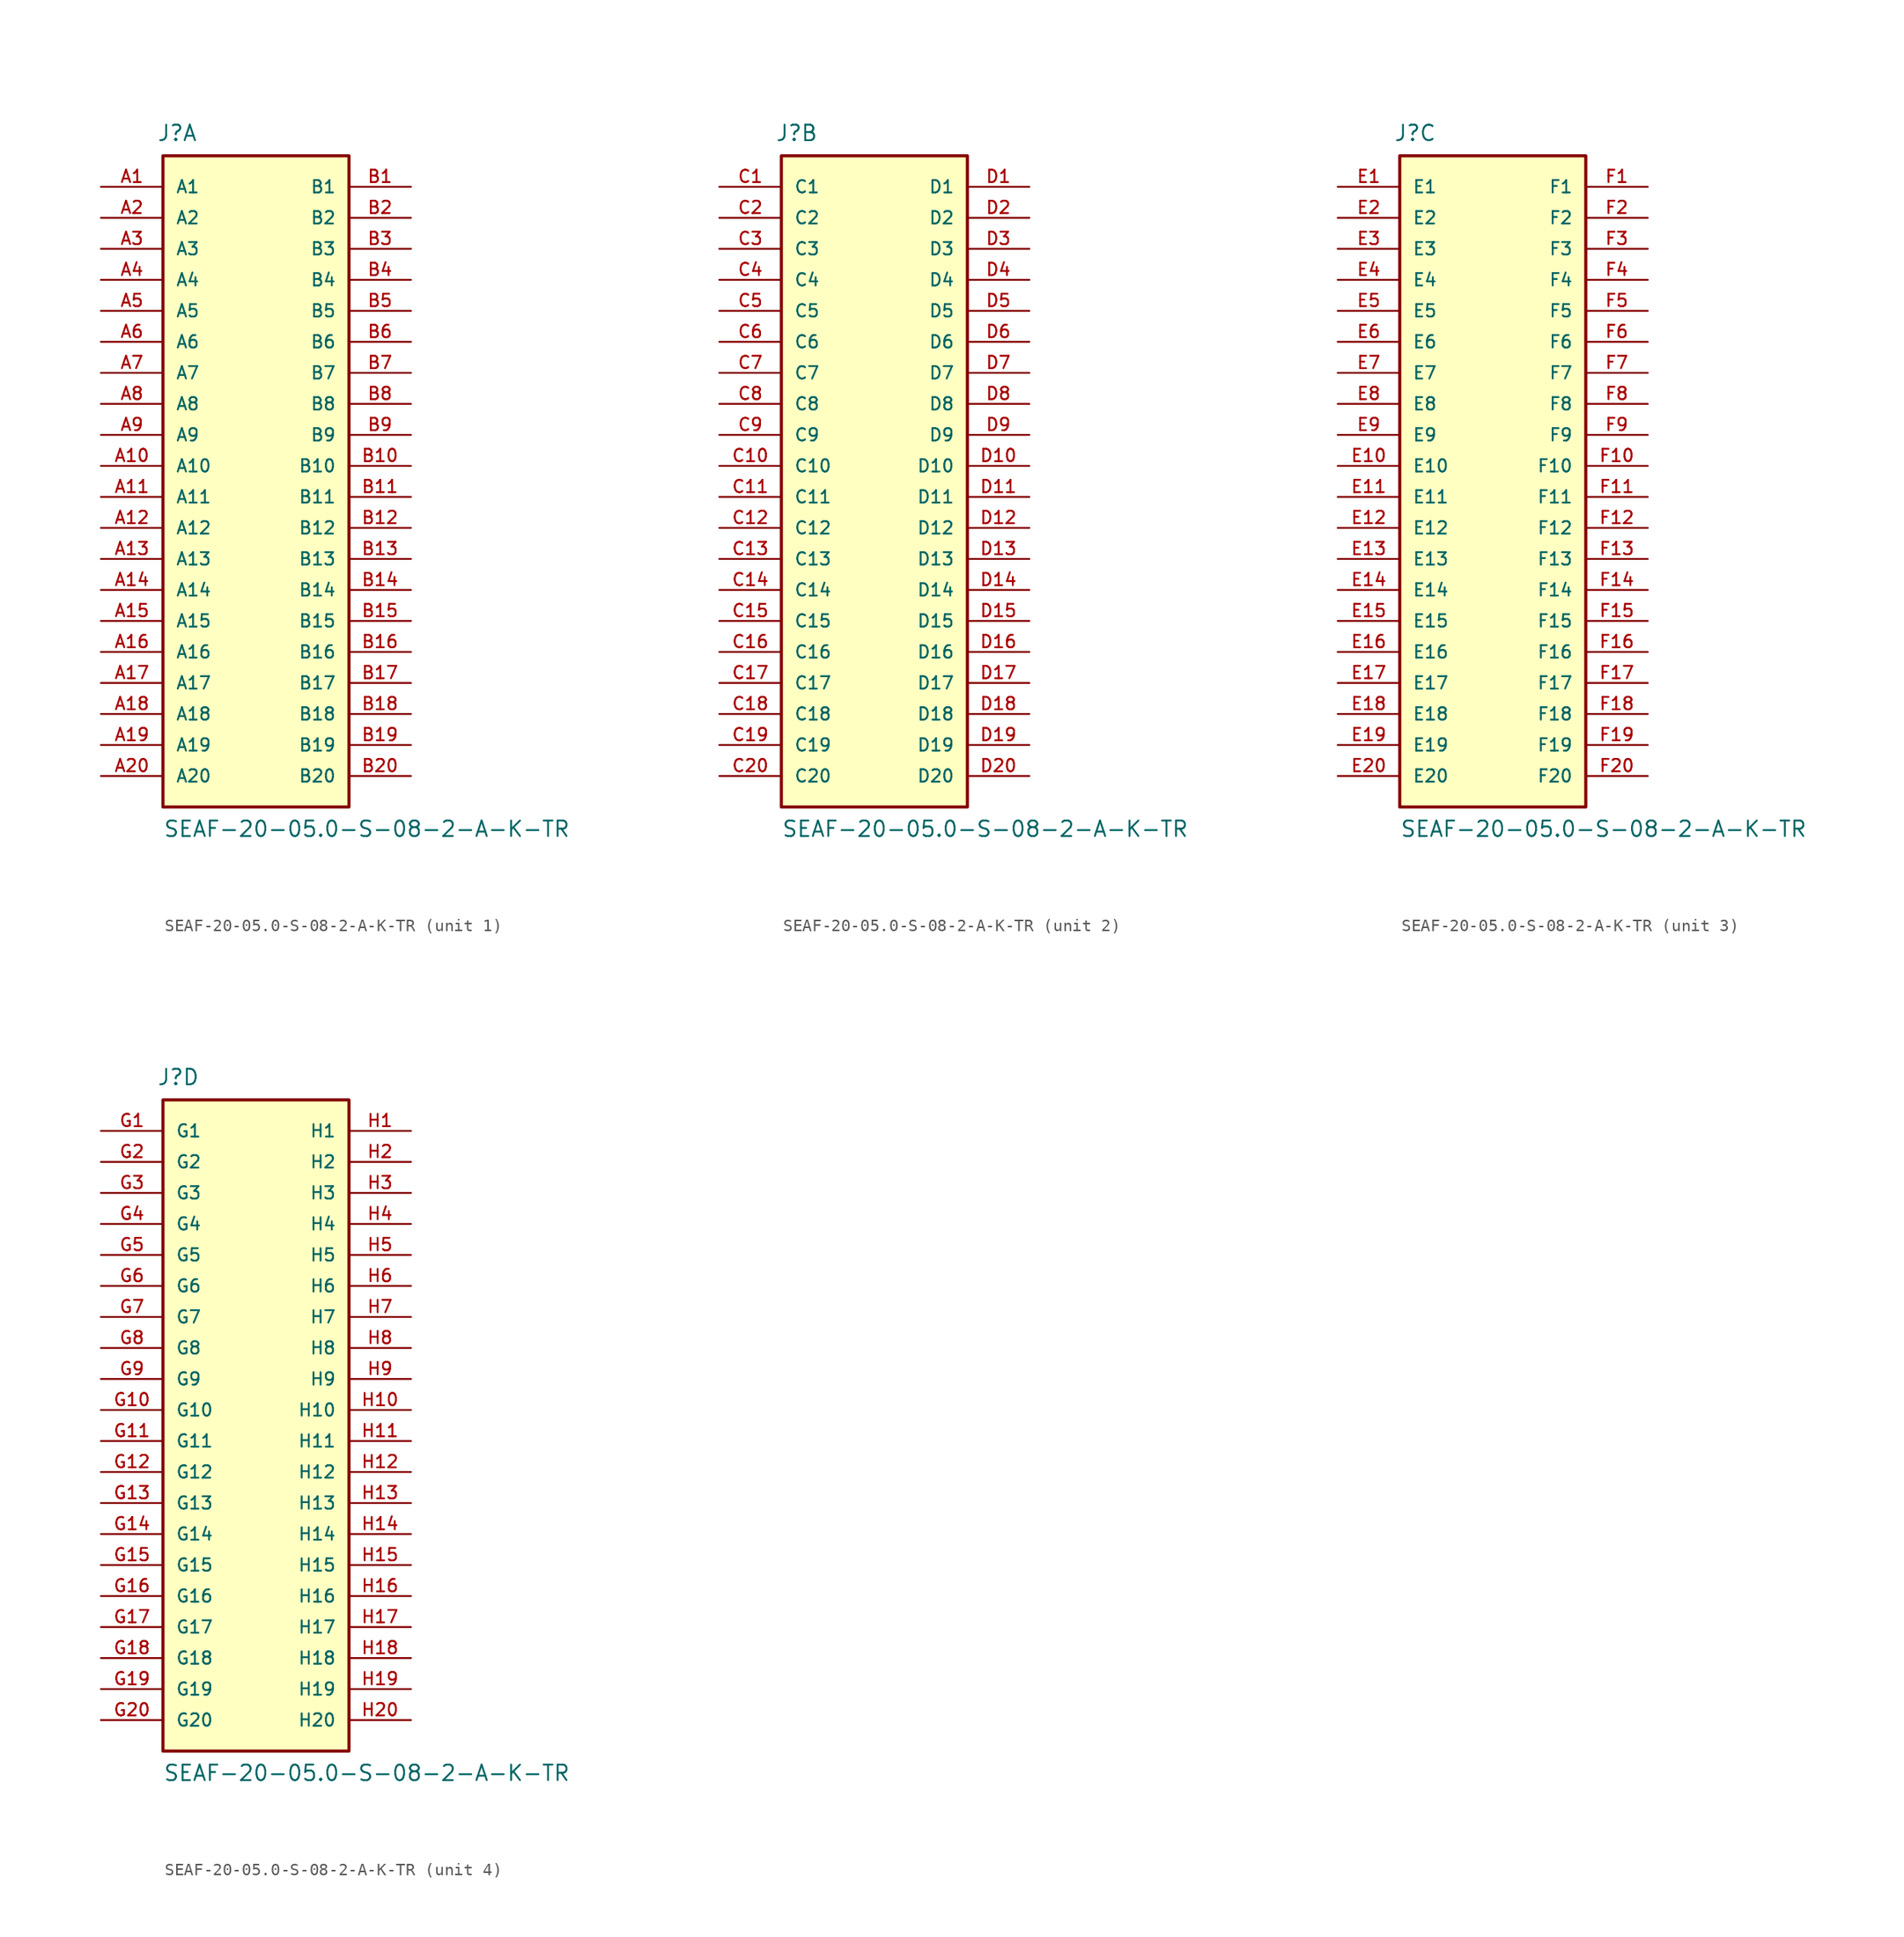
<source format=kicad_sym>
(kicad_symbol_lib
  (version 20211014)
  (generator kicad_symbol_editor)
  (symbol "SEAF-20-05.0-S-08-2-A-K-TR"
    (pin_names
      (offset 1.016))
    (property "Reference" "J"
      (at -8.12 26.516 0)
      (effects (font (size 1.27 1.27)) (justify bottom left)))
    (property "Value" "SEAF-20-05.0-S-08-2-A-K-TR"
      (at -7.62 -30.48 0)
      (effects (font (size 1.27 1.27)) (justify bottom left)))
    (symbol "SEAF-20-05.0-S-08-2-A-K-TR_1_0"
      (rectangle (start -7.62 -27.94) (end 7.62 25.4) (stroke (width 0.254)) (fill (type background)))
      (pin passive line (at -12.7 22.86 0) (length 5.08) (name "A1" (effects (font (size 1.016 1.016)))) (number "A1" (effects (font (size 1.016 1.016)))))
      (pin passive line (at 12.7 22.86 180.0) (length 5.08) (name "B1" (effects (font (size 1.016 1.016)))) (number "B1" (effects (font (size 1.016 1.016)))))
      (pin passive line (at -12.7 20.32 0) (length 5.08) (name "A2" (effects (font (size 1.016 1.016)))) (number "A2" (effects (font (size 1.016 1.016)))))
      (pin passive line (at 12.7 20.32 180.0) (length 5.08) (name "B2" (effects (font (size 1.016 1.016)))) (number "B2" (effects (font (size 1.016 1.016)))))
      (pin passive line (at -12.7 17.78 0) (length 5.08) (name "A3" (effects (font (size 1.016 1.016)))) (number "A3" (effects (font (size 1.016 1.016)))))
      (pin passive line (at 12.7 17.78 180.0) (length 5.08) (name "B3" (effects (font (size 1.016 1.016)))) (number "B3" (effects (font (size 1.016 1.016)))))
      (pin passive line (at -12.7 15.24 0) (length 5.08) (name "A4" (effects (font (size 1.016 1.016)))) (number "A4" (effects (font (size 1.016 1.016)))))
      (pin passive line (at 12.7 15.24 180.0) (length 5.08) (name "B4" (effects (font (size 1.016 1.016)))) (number "B4" (effects (font (size 1.016 1.016)))))
      (pin passive line (at -12.7 12.7 0) (length 5.08) (name "A5" (effects (font (size 1.016 1.016)))) (number "A5" (effects (font (size 1.016 1.016)))))
      (pin passive line (at 12.7 12.7 180.0) (length 5.08) (name "B5" (effects (font (size 1.016 1.016)))) (number "B5" (effects (font (size 1.016 1.016)))))
      (pin passive line (at -12.7 10.16 0) (length 5.08) (name "A6" (effects (font (size 1.016 1.016)))) (number "A6" (effects (font (size 1.016 1.016)))))
      (pin passive line (at 12.7 10.16 180.0) (length 5.08) (name "B6" (effects (font (size 1.016 1.016)))) (number "B6" (effects (font (size 1.016 1.016)))))
      (pin passive line (at -12.7 7.62 0) (length 5.08) (name "A7" (effects (font (size 1.016 1.016)))) (number "A7" (effects (font (size 1.016 1.016)))))
      (pin passive line (at 12.7 7.62 180.0) (length 5.08) (name "B7" (effects (font (size 1.016 1.016)))) (number "B7" (effects (font (size 1.016 1.016)))))
      (pin passive line (at -12.7 5.08 0) (length 5.08) (name "A8" (effects (font (size 1.016 1.016)))) (number "A8" (effects (font (size 1.016 1.016)))))
      (pin passive line (at 12.7 5.08 180.0) (length 5.08) (name "B8" (effects (font (size 1.016 1.016)))) (number "B8" (effects (font (size 1.016 1.016)))))
      (pin passive line (at -12.7 2.54 0) (length 5.08) (name "A9" (effects (font (size 1.016 1.016)))) (number "A9" (effects (font (size 1.016 1.016)))))
      (pin passive line (at 12.7 2.54 180.0) (length 5.08) (name "B9" (effects (font (size 1.016 1.016)))) (number "B9" (effects (font (size 1.016 1.016)))))
      (pin passive line (at -12.7 0.0 0) (length 5.08) (name "A10" (effects (font (size 1.016 1.016)))) (number "A10" (effects (font (size 1.016 1.016)))))
      (pin passive line (at 12.7 0.0 180.0) (length 5.08) (name "B10" (effects (font (size 1.016 1.016)))) (number "B10" (effects (font (size 1.016 1.016)))))
      (pin passive line (at -12.7 -2.54 0) (length 5.08) (name "A11" (effects (font (size 1.016 1.016)))) (number "A11" (effects (font (size 1.016 1.016)))))
      (pin passive line (at 12.7 -2.54 180.0) (length 5.08) (name "B11" (effects (font (size 1.016 1.016)))) (number "B11" (effects (font (size 1.016 1.016)))))
      (pin passive line (at -12.7 -5.08 0) (length 5.08) (name "A12" (effects (font (size 1.016 1.016)))) (number "A12" (effects (font (size 1.016 1.016)))))
      (pin passive line (at 12.7 -5.08 180.0) (length 5.08) (name "B12" (effects (font (size 1.016 1.016)))) (number "B12" (effects (font (size 1.016 1.016)))))
      (pin passive line (at -12.7 -7.62 0) (length 5.08) (name "A13" (effects (font (size 1.016 1.016)))) (number "A13" (effects (font (size 1.016 1.016)))))
      (pin passive line (at 12.7 -7.62 180.0) (length 5.08) (name "B13" (effects (font (size 1.016 1.016)))) (number "B13" (effects (font (size 1.016 1.016)))))
      (pin passive line (at -12.7 -10.16 0) (length 5.08) (name "A14" (effects (font (size 1.016 1.016)))) (number "A14" (effects (font (size 1.016 1.016)))))
      (pin passive line (at 12.7 -10.16 180.0) (length 5.08) (name "B14" (effects (font (size 1.016 1.016)))) (number "B14" (effects (font (size 1.016 1.016)))))
      (pin passive line (at -12.7 -12.7 0) (length 5.08) (name "A15" (effects (font (size 1.016 1.016)))) (number "A15" (effects (font (size 1.016 1.016)))))
      (pin passive line (at 12.7 -12.7 180.0) (length 5.08) (name "B15" (effects (font (size 1.016 1.016)))) (number "B15" (effects (font (size 1.016 1.016)))))
      (pin passive line (at -12.7 -15.24 0) (length 5.08) (name "A16" (effects (font (size 1.016 1.016)))) (number "A16" (effects (font (size 1.016 1.016)))))
      (pin passive line (at 12.7 -15.24 180.0) (length 5.08) (name "B16" (effects (font (size 1.016 1.016)))) (number "B16" (effects (font (size 1.016 1.016)))))
      (pin passive line (at -12.7 -17.78 0) (length 5.08) (name "A17" (effects (font (size 1.016 1.016)))) (number "A17" (effects (font (size 1.016 1.016)))))
      (pin passive line (at 12.7 -17.78 180.0) (length 5.08) (name "B17" (effects (font (size 1.016 1.016)))) (number "B17" (effects (font (size 1.016 1.016)))))
      (pin passive line (at -12.7 -20.32 0) (length 5.08) (name "A18" (effects (font (size 1.016 1.016)))) (number "A18" (effects (font (size 1.016 1.016)))))
      (pin passive line (at 12.7 -20.32 180.0) (length 5.08) (name "B18" (effects (font (size 1.016 1.016)))) (number "B18" (effects (font (size 1.016 1.016)))))
      (pin passive line (at -12.7 -22.86 0) (length 5.08) (name "A19" (effects (font (size 1.016 1.016)))) (number "A19" (effects (font (size 1.016 1.016)))))
      (pin passive line (at 12.7 -22.86 180.0) (length 5.08) (name "B19" (effects (font (size 1.016 1.016)))) (number "B19" (effects (font (size 1.016 1.016)))))
      (pin passive line (at -12.7 -25.4 0) (length 5.08) (name "A20" (effects (font (size 1.016 1.016)))) (number "A20" (effects (font (size 1.016 1.016)))))
      (pin passive line (at 12.7 -25.4 180.0) (length 5.08) (name "B20" (effects (font (size 1.016 1.016)))) (number "B20" (effects (font (size 1.016 1.016))))))
    (symbol "SEAF-20-05.0-S-08-2-A-K-TR_2_0"
      (rectangle (start -7.62 -27.94) (end 7.62 25.4) (stroke (width 0.254)) (fill (type background)))
      (pin passive line (at -12.7 22.86 0) (length 5.08) (name "C1" (effects (font (size 1.016 1.016)))) (number "C1" (effects (font (size 1.016 1.016)))))
      (pin passive line (at 12.7 22.86 180.0) (length 5.08) (name "D1" (effects (font (size 1.016 1.016)))) (number "D1" (effects (font (size 1.016 1.016)))))
      (pin passive line (at -12.7 20.32 0) (length 5.08) (name "C2" (effects (font (size 1.016 1.016)))) (number "C2" (effects (font (size 1.016 1.016)))))
      (pin passive line (at 12.7 20.32 180.0) (length 5.08) (name "D2" (effects (font (size 1.016 1.016)))) (number "D2" (effects (font (size 1.016 1.016)))))
      (pin passive line (at -12.7 17.78 0) (length 5.08) (name "C3" (effects (font (size 1.016 1.016)))) (number "C3" (effects (font (size 1.016 1.016)))))
      (pin passive line (at 12.7 17.78 180.0) (length 5.08) (name "D3" (effects (font (size 1.016 1.016)))) (number "D3" (effects (font (size 1.016 1.016)))))
      (pin passive line (at -12.7 15.24 0) (length 5.08) (name "C4" (effects (font (size 1.016 1.016)))) (number "C4" (effects (font (size 1.016 1.016)))))
      (pin passive line (at 12.7 15.24 180.0) (length 5.08) (name "D4" (effects (font (size 1.016 1.016)))) (number "D4" (effects (font (size 1.016 1.016)))))
      (pin passive line (at -12.7 12.7 0) (length 5.08) (name "C5" (effects (font (size 1.016 1.016)))) (number "C5" (effects (font (size 1.016 1.016)))))
      (pin passive line (at 12.7 12.7 180.0) (length 5.08) (name "D5" (effects (font (size 1.016 1.016)))) (number "D5" (effects (font (size 1.016 1.016)))))
      (pin passive line (at -12.7 10.16 0) (length 5.08) (name "C6" (effects (font (size 1.016 1.016)))) (number "C6" (effects (font (size 1.016 1.016)))))
      (pin passive line (at 12.7 10.16 180.0) (length 5.08) (name "D6" (effects (font (size 1.016 1.016)))) (number "D6" (effects (font (size 1.016 1.016)))))
      (pin passive line (at -12.7 7.62 0) (length 5.08) (name "C7" (effects (font (size 1.016 1.016)))) (number "C7" (effects (font (size 1.016 1.016)))))
      (pin passive line (at 12.7 7.62 180.0) (length 5.08) (name "D7" (effects (font (size 1.016 1.016)))) (number "D7" (effects (font (size 1.016 1.016)))))
      (pin passive line (at -12.7 5.08 0) (length 5.08) (name "C8" (effects (font (size 1.016 1.016)))) (number "C8" (effects (font (size 1.016 1.016)))))
      (pin passive line (at 12.7 5.08 180.0) (length 5.08) (name "D8" (effects (font (size 1.016 1.016)))) (number "D8" (effects (font (size 1.016 1.016)))))
      (pin passive line (at -12.7 2.54 0) (length 5.08) (name "C9" (effects (font (size 1.016 1.016)))) (number "C9" (effects (font (size 1.016 1.016)))))
      (pin passive line (at 12.7 2.54 180.0) (length 5.08) (name "D9" (effects (font (size 1.016 1.016)))) (number "D9" (effects (font (size 1.016 1.016)))))
      (pin passive line (at -12.7 0.0 0) (length 5.08) (name "C10" (effects (font (size 1.016 1.016)))) (number "C10" (effects (font (size 1.016 1.016)))))
      (pin passive line (at 12.7 0.0 180.0) (length 5.08) (name "D10" (effects (font (size 1.016 1.016)))) (number "D10" (effects (font (size 1.016 1.016)))))
      (pin passive line (at -12.7 -2.54 0) (length 5.08) (name "C11" (effects (font (size 1.016 1.016)))) (number "C11" (effects (font (size 1.016 1.016)))))
      (pin passive line (at 12.7 -2.54 180.0) (length 5.08) (name "D11" (effects (font (size 1.016 1.016)))) (number "D11" (effects (font (size 1.016 1.016)))))
      (pin passive line (at -12.7 -5.08 0) (length 5.08) (name "C12" (effects (font (size 1.016 1.016)))) (number "C12" (effects (font (size 1.016 1.016)))))
      (pin passive line (at 12.7 -5.08 180.0) (length 5.08) (name "D12" (effects (font (size 1.016 1.016)))) (number "D12" (effects (font (size 1.016 1.016)))))
      (pin passive line (at -12.7 -7.62 0) (length 5.08) (name "C13" (effects (font (size 1.016 1.016)))) (number "C13" (effects (font (size 1.016 1.016)))))
      (pin passive line (at 12.7 -7.62 180.0) (length 5.08) (name "D13" (effects (font (size 1.016 1.016)))) (number "D13" (effects (font (size 1.016 1.016)))))
      (pin passive line (at -12.7 -10.16 0) (length 5.08) (name "C14" (effects (font (size 1.016 1.016)))) (number "C14" (effects (font (size 1.016 1.016)))))
      (pin passive line (at 12.7 -10.16 180.0) (length 5.08) (name "D14" (effects (font (size 1.016 1.016)))) (number "D14" (effects (font (size 1.016 1.016)))))
      (pin passive line (at -12.7 -12.7 0) (length 5.08) (name "C15" (effects (font (size 1.016 1.016)))) (number "C15" (effects (font (size 1.016 1.016)))))
      (pin passive line (at 12.7 -12.7 180.0) (length 5.08) (name "D15" (effects (font (size 1.016 1.016)))) (number "D15" (effects (font (size 1.016 1.016)))))
      (pin passive line (at -12.7 -15.24 0) (length 5.08) (name "C16" (effects (font (size 1.016 1.016)))) (number "C16" (effects (font (size 1.016 1.016)))))
      (pin passive line (at 12.7 -15.24 180.0) (length 5.08) (name "D16" (effects (font (size 1.016 1.016)))) (number "D16" (effects (font (size 1.016 1.016)))))
      (pin passive line (at -12.7 -17.78 0) (length 5.08) (name "C17" (effects (font (size 1.016 1.016)))) (number "C17" (effects (font (size 1.016 1.016)))))
      (pin passive line (at 12.7 -17.78 180.0) (length 5.08) (name "D17" (effects (font (size 1.016 1.016)))) (number "D17" (effects (font (size 1.016 1.016)))))
      (pin passive line (at -12.7 -20.32 0) (length 5.08) (name "C18" (effects (font (size 1.016 1.016)))) (number "C18" (effects (font (size 1.016 1.016)))))
      (pin passive line (at 12.7 -20.32 180.0) (length 5.08) (name "D18" (effects (font (size 1.016 1.016)))) (number "D18" (effects (font (size 1.016 1.016)))))
      (pin passive line (at -12.7 -22.86 0) (length 5.08) (name "C19" (effects (font (size 1.016 1.016)))) (number "C19" (effects (font (size 1.016 1.016)))))
      (pin passive line (at 12.7 -22.86 180.0) (length 5.08) (name "D19" (effects (font (size 1.016 1.016)))) (number "D19" (effects (font (size 1.016 1.016)))))
      (pin passive line (at -12.7 -25.4 0) (length 5.08) (name "C20" (effects (font (size 1.016 1.016)))) (number "C20" (effects (font (size 1.016 1.016)))))
      (pin passive line (at 12.7 -25.4 180.0) (length 5.08) (name "D20" (effects (font (size 1.016 1.016)))) (number "D20" (effects (font (size 1.016 1.016))))))
    (symbol "SEAF-20-05.0-S-08-2-A-K-TR_3_0"
      (rectangle (start -7.62 -27.94) (end 7.62 25.4) (stroke (width 0.254)) (fill (type background)))
      (pin passive line (at -12.7 22.86 0) (length 5.08) (name "E1" (effects (font (size 1.016 1.016)))) (number "E1" (effects (font (size 1.016 1.016)))))
      (pin passive line (at 12.7 22.86 180.0) (length 5.08) (name "F1" (effects (font (size 1.016 1.016)))) (number "F1" (effects (font (size 1.016 1.016)))))
      (pin passive line (at -12.7 20.32 0) (length 5.08) (name "E2" (effects (font (size 1.016 1.016)))) (number "E2" (effects (font (size 1.016 1.016)))))
      (pin passive line (at 12.7 20.32 180.0) (length 5.08) (name "F2" (effects (font (size 1.016 1.016)))) (number "F2" (effects (font (size 1.016 1.016)))))
      (pin passive line (at -12.7 17.78 0) (length 5.08) (name "E3" (effects (font (size 1.016 1.016)))) (number "E3" (effects (font (size 1.016 1.016)))))
      (pin passive line (at 12.7 17.78 180.0) (length 5.08) (name "F3" (effects (font (size 1.016 1.016)))) (number "F3" (effects (font (size 1.016 1.016)))))
      (pin passive line (at -12.7 15.24 0) (length 5.08) (name "E4" (effects (font (size 1.016 1.016)))) (number "E4" (effects (font (size 1.016 1.016)))))
      (pin passive line (at 12.7 15.24 180.0) (length 5.08) (name "F4" (effects (font (size 1.016 1.016)))) (number "F4" (effects (font (size 1.016 1.016)))))
      (pin passive line (at -12.7 12.7 0) (length 5.08) (name "E5" (effects (font (size 1.016 1.016)))) (number "E5" (effects (font (size 1.016 1.016)))))
      (pin passive line (at 12.7 12.7 180.0) (length 5.08) (name "F5" (effects (font (size 1.016 1.016)))) (number "F5" (effects (font (size 1.016 1.016)))))
      (pin passive line (at -12.7 10.16 0) (length 5.08) (name "E6" (effects (font (size 1.016 1.016)))) (number "E6" (effects (font (size 1.016 1.016)))))
      (pin passive line (at 12.7 10.16 180.0) (length 5.08) (name "F6" (effects (font (size 1.016 1.016)))) (number "F6" (effects (font (size 1.016 1.016)))))
      (pin passive line (at -12.7 7.62 0) (length 5.08) (name "E7" (effects (font (size 1.016 1.016)))) (number "E7" (effects (font (size 1.016 1.016)))))
      (pin passive line (at 12.7 7.62 180.0) (length 5.08) (name "F7" (effects (font (size 1.016 1.016)))) (number "F7" (effects (font (size 1.016 1.016)))))
      (pin passive line (at -12.7 5.08 0) (length 5.08) (name "E8" (effects (font (size 1.016 1.016)))) (number "E8" (effects (font (size 1.016 1.016)))))
      (pin passive line (at 12.7 5.08 180.0) (length 5.08) (name "F8" (effects (font (size 1.016 1.016)))) (number "F8" (effects (font (size 1.016 1.016)))))
      (pin passive line (at -12.7 2.54 0) (length 5.08) (name "E9" (effects (font (size 1.016 1.016)))) (number "E9" (effects (font (size 1.016 1.016)))))
      (pin passive line (at 12.7 2.54 180.0) (length 5.08) (name "F9" (effects (font (size 1.016 1.016)))) (number "F9" (effects (font (size 1.016 1.016)))))
      (pin passive line (at -12.7 0.0 0) (length 5.08) (name "E10" (effects (font (size 1.016 1.016)))) (number "E10" (effects (font (size 1.016 1.016)))))
      (pin passive line (at 12.7 0.0 180.0) (length 5.08) (name "F10" (effects (font (size 1.016 1.016)))) (number "F10" (effects (font (size 1.016 1.016)))))
      (pin passive line (at -12.7 -2.54 0) (length 5.08) (name "E11" (effects (font (size 1.016 1.016)))) (number "E11" (effects (font (size 1.016 1.016)))))
      (pin passive line (at 12.7 -2.54 180.0) (length 5.08) (name "F11" (effects (font (size 1.016 1.016)))) (number "F11" (effects (font (size 1.016 1.016)))))
      (pin passive line (at -12.7 -5.08 0) (length 5.08) (name "E12" (effects (font (size 1.016 1.016)))) (number "E12" (effects (font (size 1.016 1.016)))))
      (pin passive line (at 12.7 -5.08 180.0) (length 5.08) (name "F12" (effects (font (size 1.016 1.016)))) (number "F12" (effects (font (size 1.016 1.016)))))
      (pin passive line (at -12.7 -7.62 0) (length 5.08) (name "E13" (effects (font (size 1.016 1.016)))) (number "E13" (effects (font (size 1.016 1.016)))))
      (pin passive line (at 12.7 -7.62 180.0) (length 5.08) (name "F13" (effects (font (size 1.016 1.016)))) (number "F13" (effects (font (size 1.016 1.016)))))
      (pin passive line (at -12.7 -10.16 0) (length 5.08) (name "E14" (effects (font (size 1.016 1.016)))) (number "E14" (effects (font (size 1.016 1.016)))))
      (pin passive line (at 12.7 -10.16 180.0) (length 5.08) (name "F14" (effects (font (size 1.016 1.016)))) (number "F14" (effects (font (size 1.016 1.016)))))
      (pin passive line (at -12.7 -12.7 0) (length 5.08) (name "E15" (effects (font (size 1.016 1.016)))) (number "E15" (effects (font (size 1.016 1.016)))))
      (pin passive line (at 12.7 -12.7 180.0) (length 5.08) (name "F15" (effects (font (size 1.016 1.016)))) (number "F15" (effects (font (size 1.016 1.016)))))
      (pin passive line (at -12.7 -15.24 0) (length 5.08) (name "E16" (effects (font (size 1.016 1.016)))) (number "E16" (effects (font (size 1.016 1.016)))))
      (pin passive line (at 12.7 -15.24 180.0) (length 5.08) (name "F16" (effects (font (size 1.016 1.016)))) (number "F16" (effects (font (size 1.016 1.016)))))
      (pin passive line (at -12.7 -17.78 0) (length 5.08) (name "E17" (effects (font (size 1.016 1.016)))) (number "E17" (effects (font (size 1.016 1.016)))))
      (pin passive line (at 12.7 -17.78 180.0) (length 5.08) (name "F17" (effects (font (size 1.016 1.016)))) (number "F17" (effects (font (size 1.016 1.016)))))
      (pin passive line (at -12.7 -20.32 0) (length 5.08) (name "E18" (effects (font (size 1.016 1.016)))) (number "E18" (effects (font (size 1.016 1.016)))))
      (pin passive line (at 12.7 -20.32 180.0) (length 5.08) (name "F18" (effects (font (size 1.016 1.016)))) (number "F18" (effects (font (size 1.016 1.016)))))
      (pin passive line (at -12.7 -22.86 0) (length 5.08) (name "E19" (effects (font (size 1.016 1.016)))) (number "E19" (effects (font (size 1.016 1.016)))))
      (pin passive line (at 12.7 -22.86 180.0) (length 5.08) (name "F19" (effects (font (size 1.016 1.016)))) (number "F19" (effects (font (size 1.016 1.016)))))
      (pin passive line (at -12.7 -25.4 0) (length 5.08) (name "E20" (effects (font (size 1.016 1.016)))) (number "E20" (effects (font (size 1.016 1.016)))))
      (pin passive line (at 12.7 -25.4 180.0) (length 5.08) (name "F20" (effects (font (size 1.016 1.016)))) (number "F20" (effects (font (size 1.016 1.016))))))
    (symbol "SEAF-20-05.0-S-08-2-A-K-TR_4_0"
      (rectangle (start -7.62 -27.94) (end 7.62 25.4) (stroke (width 0.254)) (fill (type background)))
      (pin passive line (at -12.7 22.86 0) (length 5.08) (name "G1" (effects (font (size 1.016 1.016)))) (number "G1" (effects (font (size 1.016 1.016)))))
      (pin passive line (at 12.7 22.86 180.0) (length 5.08) (name "H1" (effects (font (size 1.016 1.016)))) (number "H1" (effects (font (size 1.016 1.016)))))
      (pin passive line (at -12.7 20.32 0) (length 5.08) (name "G2" (effects (font (size 1.016 1.016)))) (number "G2" (effects (font (size 1.016 1.016)))))
      (pin passive line (at 12.7 20.32 180.0) (length 5.08) (name "H2" (effects (font (size 1.016 1.016)))) (number "H2" (effects (font (size 1.016 1.016)))))
      (pin passive line (at -12.7 17.78 0) (length 5.08) (name "G3" (effects (font (size 1.016 1.016)))) (number "G3" (effects (font (size 1.016 1.016)))))
      (pin passive line (at 12.7 17.78 180.0) (length 5.08) (name "H3" (effects (font (size 1.016 1.016)))) (number "H3" (effects (font (size 1.016 1.016)))))
      (pin passive line (at -12.7 15.24 0) (length 5.08) (name "G4" (effects (font (size 1.016 1.016)))) (number "G4" (effects (font (size 1.016 1.016)))))
      (pin passive line (at 12.7 15.24 180.0) (length 5.08) (name "H4" (effects (font (size 1.016 1.016)))) (number "H4" (effects (font (size 1.016 1.016)))))
      (pin passive line (at -12.7 12.7 0) (length 5.08) (name "G5" (effects (font (size 1.016 1.016)))) (number "G5" (effects (font (size 1.016 1.016)))))
      (pin passive line (at 12.7 12.7 180.0) (length 5.08) (name "H5" (effects (font (size 1.016 1.016)))) (number "H5" (effects (font (size 1.016 1.016)))))
      (pin passive line (at -12.7 10.16 0) (length 5.08) (name "G6" (effects (font (size 1.016 1.016)))) (number "G6" (effects (font (size 1.016 1.016)))))
      (pin passive line (at 12.7 10.16 180.0) (length 5.08) (name "H6" (effects (font (size 1.016 1.016)))) (number "H6" (effects (font (size 1.016 1.016)))))
      (pin passive line (at -12.7 7.62 0) (length 5.08) (name "G7" (effects (font (size 1.016 1.016)))) (number "G7" (effects (font (size 1.016 1.016)))))
      (pin passive line (at 12.7 7.62 180.0) (length 5.08) (name "H7" (effects (font (size 1.016 1.016)))) (number "H7" (effects (font (size 1.016 1.016)))))
      (pin passive line (at -12.7 5.08 0) (length 5.08) (name "G8" (effects (font (size 1.016 1.016)))) (number "G8" (effects (font (size 1.016 1.016)))))
      (pin passive line (at 12.7 5.08 180.0) (length 5.08) (name "H8" (effects (font (size 1.016 1.016)))) (number "H8" (effects (font (size 1.016 1.016)))))
      (pin passive line (at -12.7 2.54 0) (length 5.08) (name "G9" (effects (font (size 1.016 1.016)))) (number "G9" (effects (font (size 1.016 1.016)))))
      (pin passive line (at 12.7 2.54 180.0) (length 5.08) (name "H9" (effects (font (size 1.016 1.016)))) (number "H9" (effects (font (size 1.016 1.016)))))
      (pin passive line (at -12.7 0.0 0) (length 5.08) (name "G10" (effects (font (size 1.016 1.016)))) (number "G10" (effects (font (size 1.016 1.016)))))
      (pin passive line (at 12.7 0.0 180.0) (length 5.08) (name "H10" (effects (font (size 1.016 1.016)))) (number "H10" (effects (font (size 1.016 1.016)))))
      (pin passive line (at -12.7 -2.54 0) (length 5.08) (name "G11" (effects (font (size 1.016 1.016)))) (number "G11" (effects (font (size 1.016 1.016)))))
      (pin passive line (at 12.7 -2.54 180.0) (length 5.08) (name "H11" (effects (font (size 1.016 1.016)))) (number "H11" (effects (font (size 1.016 1.016)))))
      (pin passive line (at -12.7 -5.08 0) (length 5.08) (name "G12" (effects (font (size 1.016 1.016)))) (number "G12" (effects (font (size 1.016 1.016)))))
      (pin passive line (at 12.7 -5.08 180.0) (length 5.08) (name "H12" (effects (font (size 1.016 1.016)))) (number "H12" (effects (font (size 1.016 1.016)))))
      (pin passive line (at -12.7 -7.62 0) (length 5.08) (name "G13" (effects (font (size 1.016 1.016)))) (number "G13" (effects (font (size 1.016 1.016)))))
      (pin passive line (at 12.7 -7.62 180.0) (length 5.08) (name "H13" (effects (font (size 1.016 1.016)))) (number "H13" (effects (font (size 1.016 1.016)))))
      (pin passive line (at -12.7 -10.16 0) (length 5.08) (name "G14" (effects (font (size 1.016 1.016)))) (number "G14" (effects (font (size 1.016 1.016)))))
      (pin passive line (at 12.7 -10.16 180.0) (length 5.08) (name "H14" (effects (font (size 1.016 1.016)))) (number "H14" (effects (font (size 1.016 1.016)))))
      (pin passive line (at -12.7 -12.7 0) (length 5.08) (name "G15" (effects (font (size 1.016 1.016)))) (number "G15" (effects (font (size 1.016 1.016)))))
      (pin passive line (at 12.7 -12.7 180.0) (length 5.08) (name "H15" (effects (font (size 1.016 1.016)))) (number "H15" (effects (font (size 1.016 1.016)))))
      (pin passive line (at -12.7 -15.24 0) (length 5.08) (name "G16" (effects (font (size 1.016 1.016)))) (number "G16" (effects (font (size 1.016 1.016)))))
      (pin passive line (at 12.7 -15.24 180.0) (length 5.08) (name "H16" (effects (font (size 1.016 1.016)))) (number "H16" (effects (font (size 1.016 1.016)))))
      (pin passive line (at -12.7 -17.78 0) (length 5.08) (name "G17" (effects (font (size 1.016 1.016)))) (number "G17" (effects (font (size 1.016 1.016)))))
      (pin passive line (at 12.7 -17.78 180.0) (length 5.08) (name "H17" (effects (font (size 1.016 1.016)))) (number "H17" (effects (font (size 1.016 1.016)))))
      (pin passive line (at -12.7 -20.32 0) (length 5.08) (name "G18" (effects (font (size 1.016 1.016)))) (number "G18" (effects (font (size 1.016 1.016)))))
      (pin passive line (at 12.7 -20.32 180.0) (length 5.08) (name "H18" (effects (font (size 1.016 1.016)))) (number "H18" (effects (font (size 1.016 1.016)))))
      (pin passive line (at -12.7 -22.86 0) (length 5.08) (name "G19" (effects (font (size 1.016 1.016)))) (number "G19" (effects (font (size 1.016 1.016)))))
      (pin passive line (at 12.7 -22.86 180.0) (length 5.08) (name "H19" (effects (font (size 1.016 1.016)))) (number "H19" (effects (font (size 1.016 1.016)))))
      (pin passive line (at -12.7 -25.4 0) (length 5.08) (name "G20" (effects (font (size 1.016 1.016)))) (number "G20" (effects (font (size 1.016 1.016)))))
      (pin passive line (at 12.7 -25.4 180.0) (length 5.08) (name "H20" (effects (font (size 1.016 1.016)))) (number "H20" (effects (font (size 1.016 1.016))))))))
</source>
